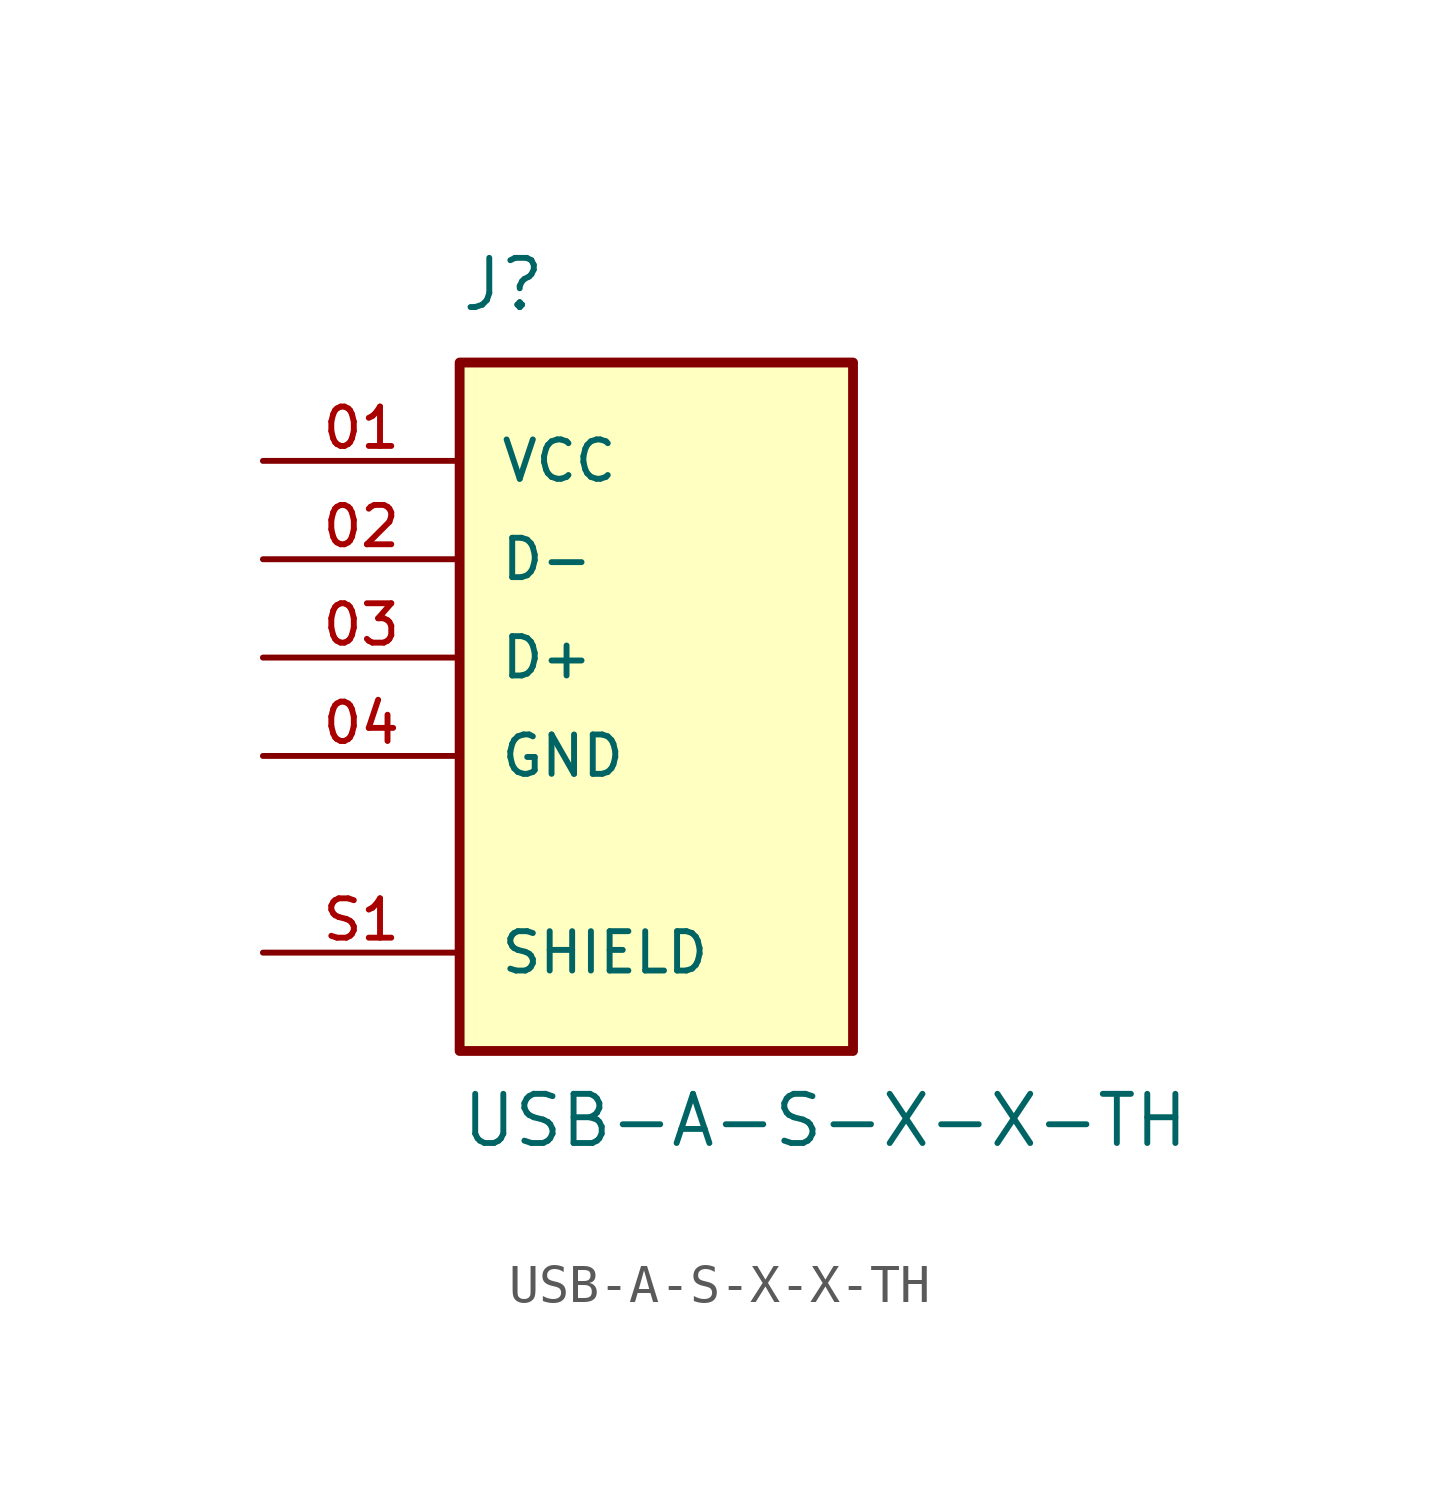
<source format=kicad_sym>
(kicad_symbol_lib
  (version 20211014)
  (generator kicad_symbol_editor)
  (symbol "USB-A-S-X-X-TH"
    (pin_names
      (offset 1.016))
    (property "Reference" "J"
      (at -5.08 8.89 0)
      (effects (font (size 1.27 1.27)) (justify bottom left)))
    (property "Value" "USB-A-S-X-X-TH"
      (at -5.08 -12.7 0)
      (effects (font (size 1.27 1.27)) (justify bottom left)))
    (symbol "USB-A-S-X-X-TH_0_0"
      (rectangle (start -5.08 -10.16) (end 5.08 7.62) (stroke (width 0.254)) (fill (type background)))
      (pin power_in line (at -10.16 5.08 0) (length 5.08) (name "VCC" (effects (font (size 1.016 1.016)))) (number "01" (effects (font (size 1.016 1.016)))))
      (pin bidirectional line (at -10.16 2.54 0) (length 5.08) (name "D-" (effects (font (size 1.016 1.016)))) (number "02" (effects (font (size 1.016 1.016)))))
      (pin bidirectional line (at -10.16 0.0 0) (length 5.08) (name "D+" (effects (font (size 1.016 1.016)))) (number "03" (effects (font (size 1.016 1.016)))))
      (pin power_in line (at -10.16 -2.54 0) (length 5.08) (name "GND" (effects (font (size 1.016 1.016)))) (number "04" (effects (font (size 1.016 1.016)))))
      (pin passive line (at -10.16 -7.62 0) (length 5.08) (name "SHIELD" (effects (font (size 1.016 1.016)))) (number "S1" (effects (font (size 1.016 1.016)))))
      (pin passive line (at -10.16 -7.62 0) (length 5.08) hide (name "SHIELD" (effects (font (size 1.016 1.016)))) (number "S2" (effects (font (size 1.016 1.016))))))))
</source>
